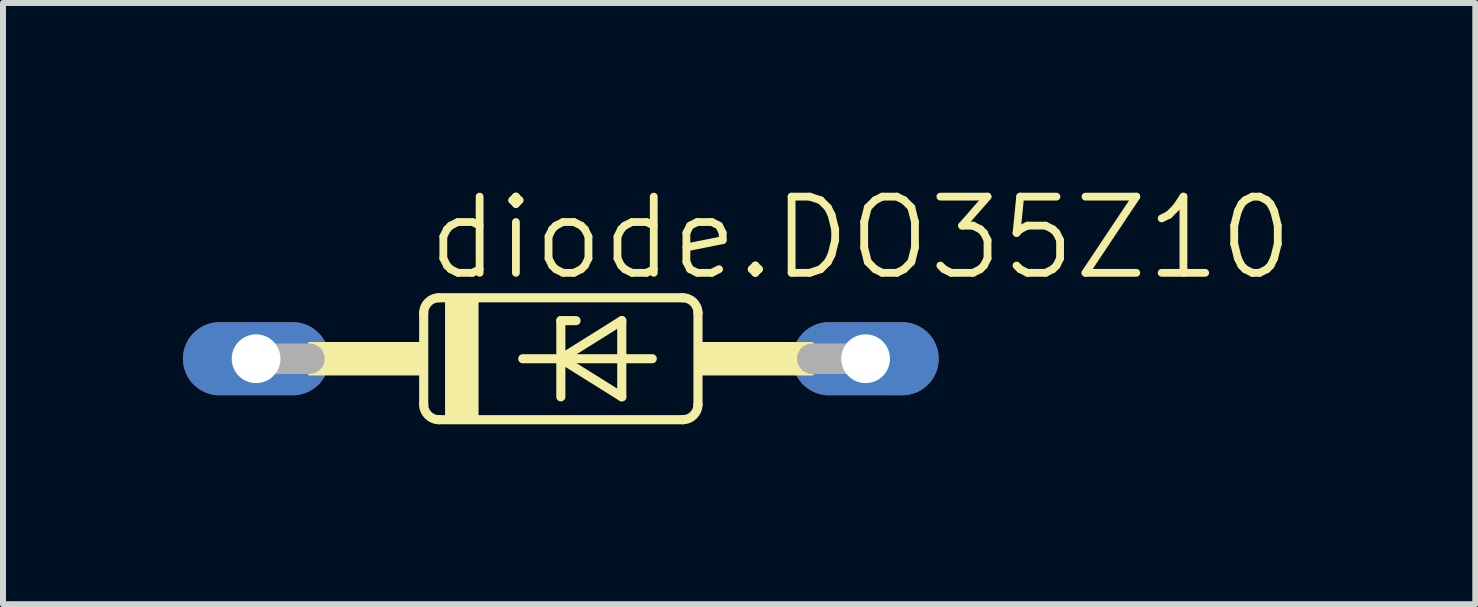
<source format=kicad_pcb>
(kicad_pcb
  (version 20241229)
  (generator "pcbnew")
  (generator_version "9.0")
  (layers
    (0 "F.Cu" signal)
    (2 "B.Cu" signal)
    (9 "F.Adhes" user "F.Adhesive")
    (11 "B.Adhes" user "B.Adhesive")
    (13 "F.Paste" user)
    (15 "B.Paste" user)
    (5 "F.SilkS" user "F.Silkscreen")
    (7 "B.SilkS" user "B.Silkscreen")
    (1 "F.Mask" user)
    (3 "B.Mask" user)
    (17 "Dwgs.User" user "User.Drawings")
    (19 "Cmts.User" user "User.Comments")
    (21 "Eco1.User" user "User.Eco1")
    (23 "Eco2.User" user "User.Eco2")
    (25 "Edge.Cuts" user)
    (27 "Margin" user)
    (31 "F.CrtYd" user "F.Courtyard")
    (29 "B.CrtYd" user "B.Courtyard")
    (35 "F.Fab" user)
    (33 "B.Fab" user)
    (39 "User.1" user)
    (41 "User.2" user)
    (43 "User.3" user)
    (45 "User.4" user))
  (footprint "diode.DO35Z10"
    (layer "F.Cu")
    (at 6.299 2.93)
    (property "Reference" "diode.DO35Z10" (at -2.286 -1.27 0) (layer "F.SilkS") (effects (font (size 1.27 1.27) (thickness 0.13)) (justify left bottom)))
    (attr through_hole)
    (fp_line (start -2.286 -0.762) (end -2.286 0.762) (stroke (width 0.152) (type default)) (layer "F.SilkS"))
    (fp_line (start -2.032 -1.016) (end 2.032 -1.016) (stroke (width 0.152) (type default)) (layer "F.SilkS"))
    (fp_line (start -2.032 1.016) (end 2.032 1.016) (stroke (width 0.152) (type default)) (layer "F.SilkS"))
    (fp_line (start -0.635 0) (end 0 0) (stroke (width 0.152) (type default)) (layer "F.SilkS"))
    (fp_line (start 0 -0.635) (end 0 0) (stroke (width 0.152) (type default)) (layer "F.SilkS"))
    (fp_line (start 0 0) (end 0 0.635) (stroke (width 0.152) (type default)) (layer "F.SilkS"))
    (fp_line (start 0 0) (end 1.016 -0.635) (stroke (width 0.152) (type default)) (layer "F.SilkS"))
    (fp_line (start 0 0) (end 1.524 0) (stroke (width 0.152) (type default)) (layer "F.SilkS"))
    (fp_line (start 0.254 -0.635) (end 0 -0.635) (stroke (width 0.152) (type default)) (layer "F.SilkS"))
    (fp_line (start 1.016 -0.635) (end 1.016 0.635) (stroke (width 0.152) (type default)) (layer "F.SilkS"))
    (fp_line (start 1.016 0.635) (end 0 0) (stroke (width 0.152) (type default)) (layer "F.SilkS"))
    (fp_line (start 2.286 -0.762) (end 2.286 0.762) (stroke (width 0.152) (type default)) (layer "F.SilkS"))
    (fp_rect (start -4.191 0.254) (end -2.286 -0.254) (stroke (width 0.05) (type default)) (fill yes) (layer "F.SilkS"))
    (fp_rect (start -1.905 1.016) (end -1.397 -1.016) (stroke (width 0.05) (type default)) (fill yes) (layer "F.SilkS"))
    (fp_rect (start 2.286 0.254) (end 4.191 -0.254) (stroke (width 0.05) (type default)) (fill yes) (layer "F.SilkS"))
    (fp_arc (start -2.286 -0.762) (mid -2.211605 -0.941605) (end -2.032 -1.016) (stroke (width 0.1524) (type default)) (layer "F.SilkS"))
    (fp_arc (start -2.032 1.016) (mid -2.211605 0.941605) (end -2.286 0.762) (stroke (width 0.1524) (type default)) (layer "F.SilkS"))
    (fp_arc (start 2.032 -1.016) (mid 2.211605 -0.941605) (end 2.286 -0.762) (stroke (width 0.1524) (type default)) (layer "F.SilkS"))
    (fp_arc (start 2.286 0.762) (mid 2.211605 0.941605) (end 2.032 1.016) (stroke (width 0.1524) (type default)) (layer "F.SilkS"))
    (fp_line (start -5.08 0) (end -4.191 0) (stroke (width 0.508) (type default)) (layer "F.Fab"))
    (fp_line (start 5.08 0) (end 4.191 0) (stroke (width 0.508) (type default)) (layer "F.Fab"))
    (pad "A" thru_hole oval (at 5.08 0) (size 2.438 1.219) (drill 0.813) (layers "*.Cu" "*.Mask"))
    (pad "C" thru_hole oval (at -5.08 0) (size 2.438 1.219) (drill 0.813) (layers "*.Cu" "*.Mask")))
  (gr_rect
    (start -3 -3)
    (end 21.543 7.022)
    (stroke (width 0.1) (type default))
    (fill no)
    (layer "Edge.Cuts")))
</source>
